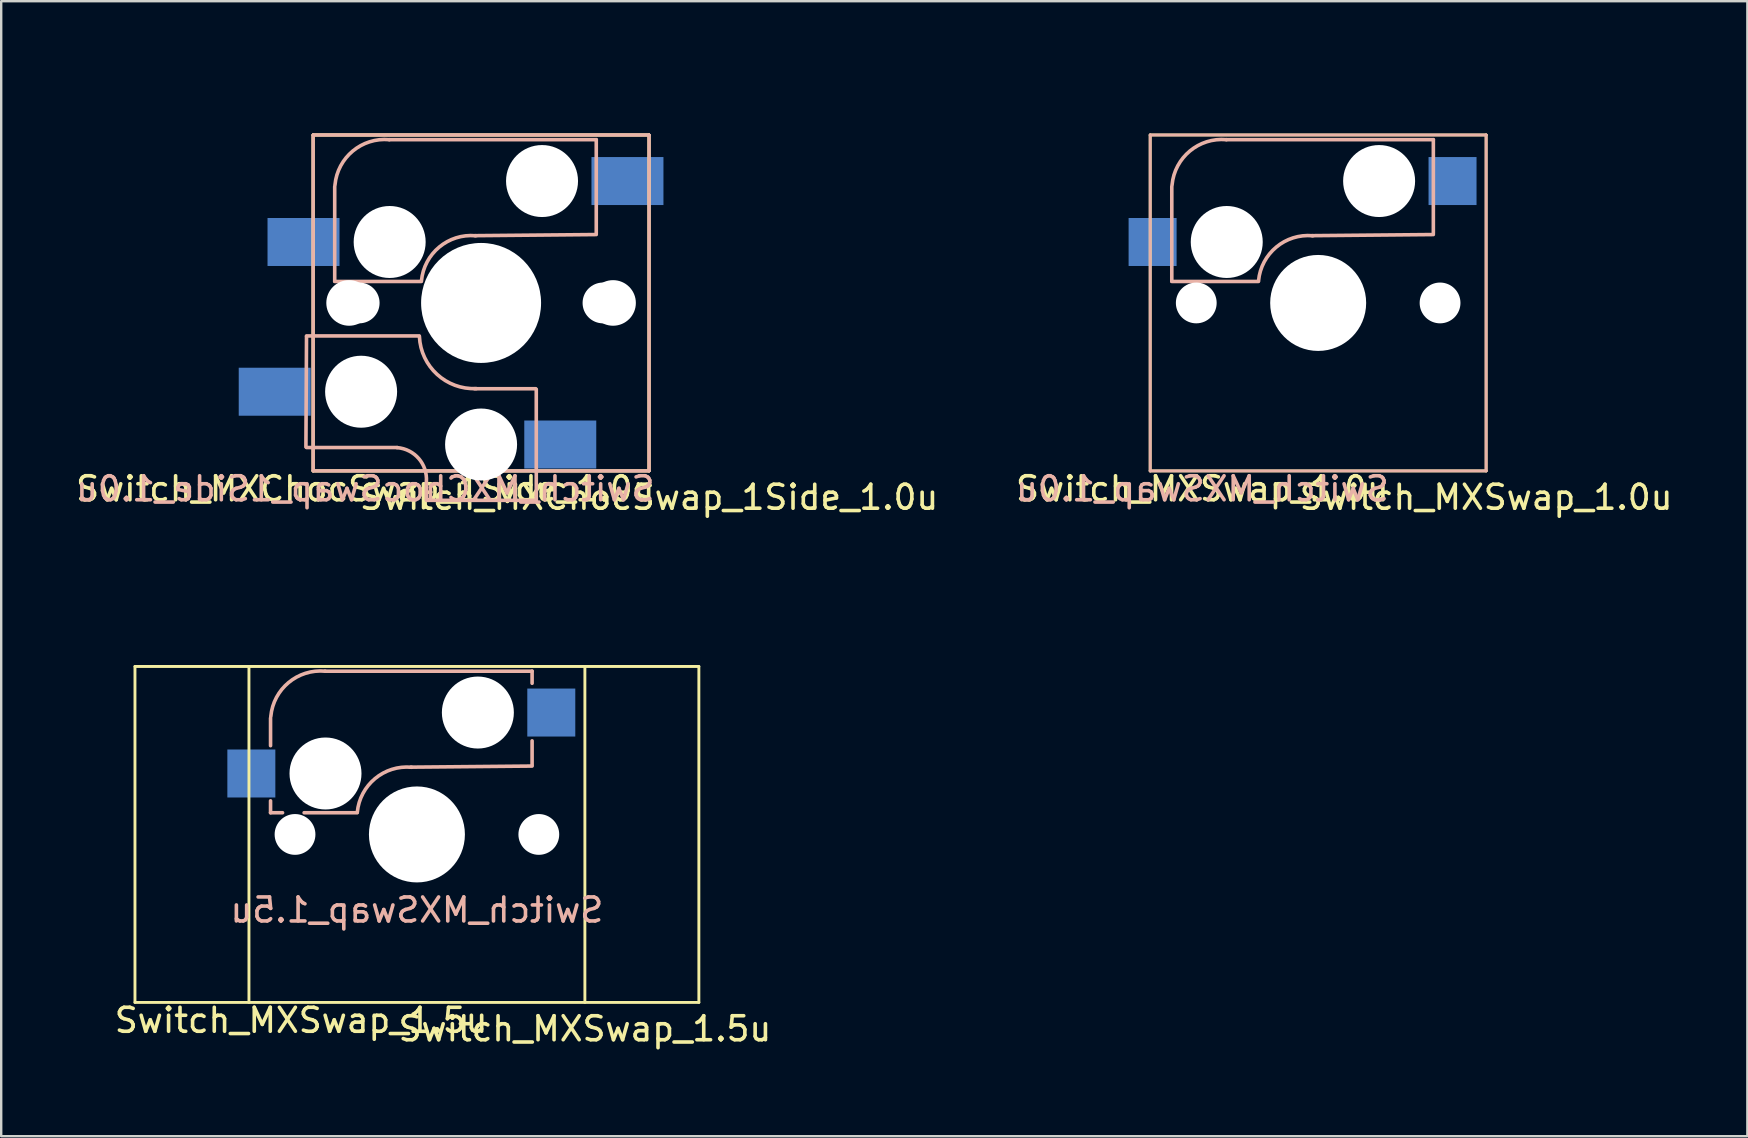
<source format=kicad_pcb>
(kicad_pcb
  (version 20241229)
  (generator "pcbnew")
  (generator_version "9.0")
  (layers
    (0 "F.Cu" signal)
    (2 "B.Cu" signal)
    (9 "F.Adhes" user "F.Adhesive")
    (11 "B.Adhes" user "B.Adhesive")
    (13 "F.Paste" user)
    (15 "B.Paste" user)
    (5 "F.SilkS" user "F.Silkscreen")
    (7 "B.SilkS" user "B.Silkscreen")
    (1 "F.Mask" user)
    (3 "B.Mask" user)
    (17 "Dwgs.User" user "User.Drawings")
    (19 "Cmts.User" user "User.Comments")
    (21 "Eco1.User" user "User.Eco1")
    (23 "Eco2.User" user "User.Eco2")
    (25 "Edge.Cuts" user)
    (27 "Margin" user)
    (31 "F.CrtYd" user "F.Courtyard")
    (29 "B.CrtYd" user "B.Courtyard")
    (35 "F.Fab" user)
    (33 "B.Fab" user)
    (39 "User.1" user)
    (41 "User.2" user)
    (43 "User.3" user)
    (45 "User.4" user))
  (footprint "Switch_MXChocSwap_1Side_1.0u"
    (layer "F.Cu")
    (at 16.999 9.575)
    (property "Reference" "Switch_MXChocSwap_1Side_1.0u" (at 7 8.1 0) (layer "F.SilkS") (effects (font (size 1 1) (thickness 0.15))))
    (attr through_hole)
    (fp_line (start -7 -7) (end 7 -7) (stroke (width 0.12) (type solid)) (layer "F.SilkS"))
    (fp_line (start -7 -7) (end 7 -7) (stroke (width 0.12) (type solid)) (layer "F.SilkS"))
    (fp_line (start -7 7) (end -7 -7) (stroke (width 0.12) (type solid)) (layer "F.SilkS"))
    (fp_line (start -7 7) (end -7 -7) (stroke (width 0.12) (type solid)) (layer "F.SilkS"))
    (fp_line (start 7 -7) (end 7 7) (stroke (width 0.12) (type solid)) (layer "F.SilkS"))
    (fp_line (start 7 -7) (end 7 7) (stroke (width 0.12) (type solid)) (layer "F.SilkS"))
    (fp_line (start 7 7) (end -7 7) (stroke (width 0.12) (type solid)) (layer "F.SilkS"))
    (fp_line (start 7 7) (end -7 7) (stroke (width 0.12) (type solid)) (layer "F.SilkS"))
    (fp_line (start -7.275 1.4) (end -7.3 6) (stroke (width 0.15) (type solid)) (layer "B.SilkS"))
    (fp_line (start -7 -7) (end 7 -7) (stroke (width 0.12) (type solid)) (layer "B.SilkS"))
    (fp_line (start -7 -7) (end 7 -7) (stroke (width 0.12) (type solid)) (layer "B.SilkS"))
    (fp_line (start -7 7) (end -7 -7) (stroke (width 0.12) (type solid)) (layer "B.SilkS"))
    (fp_line (start -7 7) (end -7 -7) (stroke (width 0.12) (type solid)) (layer "B.SilkS"))
    (fp_line (start -6.1 -4.85) (end -6.1 -0.905) (stroke (width 0.15) (type solid)) (layer "B.SilkS"))
    (fp_line (start -6.1 -0.896) (end -2.49 -0.896) (stroke (width 0.15) (type solid)) (layer "B.SilkS"))
    (fp_line (start -3.5 6.025) (end -7.275 6.025) (stroke (width 0.15) (type solid)) (layer "B.SilkS"))
    (fp_line (start -2.575 1.375) (end -7.275 1.375) (stroke (width 0.15) (type solid)) (layer "B.SilkS"))
    (fp_line (start -2.28 7.5) (end -2.28 8.2) (stroke (width 0.15) (type solid)) (layer "B.SilkS"))
    (fp_line (start 2.275 3.575) (end -0.275 3.575) (stroke (width 0.15) (type solid)) (layer "B.SilkS"))
    (fp_line (start 2.275 8.225) (end -2.275 8.225) (stroke (width 0.15) (type solid)) (layer "B.SilkS"))
    (fp_line (start 2.3 3.6) (end 2.3 8.2) (stroke (width 0.15) (type solid)) (layer "B.SilkS"))
    (fp_line (start 4.8 -6.804) (end -3.825 -6.804) (stroke (width 0.15) (type solid)) (layer "B.SilkS"))
    (fp_line (start 4.8 -2.896) (end 4.8 -6.804) (stroke (width 0.15) (type solid)) (layer "B.SilkS"))
    (fp_line (start 4.8 -2.85) (end -0.25 -2.804) (stroke (width 0.15) (type solid)) (layer "B.SilkS"))
    (fp_line (start 7 -7) (end 7 7) (stroke (width 0.12) (type solid)) (layer "B.SilkS"))
    (fp_line (start 7 -7) (end 7 7) (stroke (width 0.12) (type solid)) (layer "B.SilkS"))
    (fp_line (start 7 7) (end -7 7) (stroke (width 0.12) (type solid)) (layer "B.SilkS"))
    (fp_line (start 7 7) (end -7 7) (stroke (width 0.12) (type solid)) (layer "B.SilkS"))
    (fp_arc (start -6.089 -4.92) (mid -5.347189 -6.33089) (end -3.825 -6.804) (stroke (width 0.15) (type solid)) (layer "B.SilkS"))
    (fp_arc (start -3.5 6.03) (mid -2.595908 6.48733) (end -2.28 7.45) (stroke (width 0.15) (type solid)) (layer "B.SilkS"))
    (fp_arc (start -2.485 -0.92) (mid -1.744361 -2.328061) (end -0.225 -2.8) (stroke (width 0.15) (type solid)) (layer "B.SilkS"))
    (fp_arc (start -0.2 3.57) (mid -1.834422 2.975843) (end -2.57 1.4) (stroke (width 0.15) (type solid)) (layer "B.SilkS"))
    (fp_line (start -9.5 -9.5) (end 9.5 -9.5) (stroke (width 0.15) (type solid)) (layer "Eco2.User"))
    (fp_line (start -9.5 9.5) (end -9.5 -9.5) (stroke (width 0.15) (type solid)) (layer "Eco2.User"))
    (fp_line (start 9.5 -9.5) (end 9.5 9.5) (stroke (width 0.15) (type solid)) (layer "Eco2.User"))
    (fp_line (start 9.5 9.5) (end -9.5 9.5) (stroke (width 0.15) (type solid)) (layer "Eco2.User"))
    (fp_text user "${REFERENCE}" (at -4.826 7.747 0) (layer "F.SilkS") (effects (font (size 1 1) (thickness 0.15))))
    (fp_text user "${REFERENCE}" (at -4.826 7.747 0) (layer "B.SilkS") (effects (font (size 1 1) (thickness 0.15)) (justify mirror)))
    (pad "" np_thru_hole circle (at -5.5 0 90) (size 1.9 1.9) (drill 1.9) (layers "*.Cu" "*.Mask"))
    (pad "" np_thru_hole circle (at -5.08 0) (size 1.7 1.7) (drill 1.7) (layers "*.Cu" "*.Mask"))
    (pad "" np_thru_hole circle (at -5 3.7 90) (size 3 3) (drill 3) (layers "*.Cu" "*.Mask"))
    (pad "" np_thru_hole circle (at -3.81 -2.54 180) (size 3 3) (drill 3) (layers "*.Cu" "*.Mask"))
    (pad "" np_thru_hole circle (at 0 0 90) (size 5 5) (drill 5) (layers "*.Cu" "*.Mask"))
    (pad "" np_thru_hole circle (at 0 5.9 90) (size 3 3) (drill 3) (layers "*.Cu" "*.Mask"))
    (pad "" np_thru_hole circle (at 2.54 -5.08 180) (size 3 3) (drill 3) (layers "*.Cu" "*.Mask"))
    (pad "" np_thru_hole circle (at 5.08 0) (size 1.7 1.7) (drill 1.7) (layers "*.Cu" "*.Mask"))
    (pad "" np_thru_hole circle (at 5.5 0 90) (size 1.9 1.9) (drill 1.9) (layers "*.Cu" "*.Mask"))
    (pad "1" smd rect (at -8.6 3.7 180) (size 3 2) (layers "B.Cu" "B.Mask" "B.Paste"))
    (pad "1" smd rect (at -7.4 -2.54 180) (size 3 2) (layers "B.Cu" "B.Mask" "B.Paste"))
    (pad "2" smd rect (at 3.3 5.9 180) (size 3 2) (layers "B.Cu" "B.Mask" "B.Paste"))
    (pad "2" smd rect (at 6.1 -5.08 180) (size 3 2) (layers "B.Cu" "B.Mask" "B.Paste")))
  (footprint "Switch_MXSwap_1.5u"
    (layer "F.Cu")
    (at 14.325 31.725)
    (property "Reference" "Switch_MXSwap_1.5u" (at 7 8.1 0) (layer "F.SilkS") (effects (font (size 1 1) (thickness 0.15))))
    (attr through_hole)
    (fp_line (start -11.75 -7) (end -11.75 7) (stroke (width 0.12) (type solid)) (layer "F.SilkS"))
    (fp_line (start -11.75 -7) (end 11.75 -7) (stroke (width 0.12) (type solid)) (layer "F.SilkS"))
    (fp_line (start -7 7) (end -7 -7) (stroke (width 0.12) (type solid)) (layer "F.SilkS"))
    (fp_line (start 7 -7) (end 7 7) (stroke (width 0.12) (type solid)) (layer "F.SilkS"))
    (fp_line (start 11.75 -7) (end 11.75 7) (stroke (width 0.12) (type solid)) (layer "F.SilkS"))
    (fp_line (start 11.75 7) (end -11.75 7) (stroke (width 0.12) (type solid)) (layer "F.SilkS"))
    (fp_line (start -6.1 -4.85) (end -6.1 -3.7) (stroke (width 0.15) (type solid)) (layer "B.SilkS"))
    (fp_line (start -6.1 -1.4) (end -6.1 -0.905) (stroke (width 0.15) (type solid)) (layer "B.SilkS"))
    (fp_line (start -6.1 -0.905) (end -5.6 -0.905) (stroke (width 0.15) (type solid)) (layer "B.SilkS"))
    (fp_line (start -4.7 -0.905) (end -2.49 -0.905) (stroke (width 0.15) (type solid)) (layer "B.SilkS"))
    (fp_line (start 4.8 -6.804) (end -3.825 -6.804) (stroke (width 0.15) (type solid)) (layer "B.SilkS"))
    (fp_line (start 4.8 -6.3) (end 4.8 -6.804) (stroke (width 0.15) (type solid)) (layer "B.SilkS"))
    (fp_line (start 4.8 -2.896) (end 4.8 -3.9) (stroke (width 0.15) (type solid)) (layer "B.SilkS"))
    (fp_line (start 4.8 -2.85) (end -0.25 -2.804) (stroke (width 0.15) (type solid)) (layer "B.SilkS"))
    (fp_arc (start -6.089 -4.92) (mid -5.347189 -6.33089) (end -3.825 -6.804) (stroke (width 0.15) (type solid)) (layer "B.SilkS"))
    (fp_arc (start -2.485 -0.92) (mid -1.744361 -2.328061) (end -0.225 -2.8) (stroke (width 0.15) (type solid)) (layer "B.SilkS"))
    (fp_line (start -14.25 -9.5) (end 14.25 -9.5) (stroke (width 0.15) (type solid)) (layer "Eco2.User"))
    (fp_line (start -14.25 9.5) (end -14.25 -9.5) (stroke (width 0.15) (type solid)) (layer "Eco2.User"))
    (fp_line (start 14.25 -9.5) (end 14.25 9.5) (stroke (width 0.15) (type solid)) (layer "Eco2.User"))
    (fp_line (start 14.25 9.5) (end -14.25 9.5) (stroke (width 0.15) (type solid)) (layer "Eco2.User"))
    (fp_text user "${REFERENCE}" (at -4.826 7.747 0) (layer "F.SilkS") (effects (font (size 1 1) (thickness 0.15))))
    (fp_text user "${REFERENCE}" (at 0 3.15 0) (layer "B.SilkS") (effects (font (size 1 1) (thickness 0.15)) (justify mirror)))
    (pad "" np_thru_hole circle (at -5.08 0) (size 1.7 1.7) (drill 1.7) (layers "*.Cu" "*.Mask"))
    (pad "" np_thru_hole circle (at -3.81 -2.54 180) (size 3 3) (drill 3) (layers "*.Cu" "*.Mask"))
    (pad "" np_thru_hole circle (at 0 0 90) (size 4 4) (drill 4) (layers "*.Cu" "*.Mask"))
    (pad "" np_thru_hole circle (at 2.54 -5.08 180) (size 3 3) (drill 3) (layers "*.Cu" "*.Mask"))
    (pad "" np_thru_hole circle (at 5.08 0) (size 1.7 1.7) (drill 1.7) (layers "*.Cu" "*.Mask"))
    (pad "1" smd rect (at -6.9 -2.54 180) (size 2 2) (layers "B.Cu" "B.Mask" "B.Paste"))
    (pad "2" smd rect (at 5.6 -5.08 180) (size 2 2) (layers "B.Cu" "B.Mask" "B.Paste")))
  (footprint "Switch_MXSwap_1.0u"
    (layer "F.Cu")
    (at 51.884 9.575)
    (property "Reference" "Switch_MXSwap_1.0u" (at 7 8.1 0) (layer "F.SilkS") (effects (font (size 1 1) (thickness 0.15))))
    (attr through_hole)
    (fp_line (start -7 -7) (end 7 -7) (stroke (width 0.12) (type solid)) (layer "F.SilkS"))
    (fp_line (start -7 7) (end -7 -7) (stroke (width 0.12) (type solid)) (layer "F.SilkS"))
    (fp_line (start 7 -7) (end 7 7) (stroke (width 0.12) (type solid)) (layer "F.SilkS"))
    (fp_line (start 7 7) (end -7 7) (stroke (width 0.12) (type solid)) (layer "F.SilkS"))
    (fp_line (start -7 -7) (end 7 -7) (stroke (width 0.12) (type solid)) (layer "B.SilkS"))
    (fp_line (start -7 7) (end -7 -7) (stroke (width 0.12) (type solid)) (layer "B.SilkS"))
    (fp_line (start -6.1 -4.85) (end -6.1 -0.905) (stroke (width 0.15) (type solid)) (layer "B.SilkS"))
    (fp_line (start -6.1 -0.896) (end -2.49 -0.896) (stroke (width 0.15) (type solid)) (layer "B.SilkS"))
    (fp_line (start 4.8 -6.804) (end -3.825 -6.804) (stroke (width 0.15) (type solid)) (layer "B.SilkS"))
    (fp_line (start 4.8 -2.896) (end 4.8 -6.804) (stroke (width 0.15) (type solid)) (layer "B.SilkS"))
    (fp_line (start 4.8 -2.85) (end -0.25 -2.804) (stroke (width 0.15) (type solid)) (layer "B.SilkS"))
    (fp_line (start 7 -7) (end 7 7) (stroke (width 0.12) (type solid)) (layer "B.SilkS"))
    (fp_line (start 7 7) (end -7 7) (stroke (width 0.12) (type solid)) (layer "B.SilkS"))
    (fp_arc (start -6.089 -4.92) (mid -5.347189 -6.33089) (end -3.825 -6.804) (stroke (width 0.15) (type solid)) (layer "B.SilkS"))
    (fp_arc (start -2.485 -0.92) (mid -1.744361 -2.328061) (end -0.225 -2.8) (stroke (width 0.15) (type solid)) (layer "B.SilkS"))
    (fp_line (start -9.5 -9.5) (end 9.5 -9.5) (stroke (width 0.15) (type solid)) (layer "Eco2.User"))
    (fp_line (start -9.5 9.5) (end -9.5 -9.5) (stroke (width 0.15) (type solid)) (layer "Eco2.User"))
    (fp_line (start 9.5 -9.5) (end 9.5 9.5) (stroke (width 0.15) (type solid)) (layer "Eco2.User"))
    (fp_line (start 9.5 9.5) (end -9.5 9.5) (stroke (width 0.15) (type solid)) (layer "Eco2.User"))
    (fp_text user "${REFERENCE}" (at -4.826 7.747 0) (layer "F.SilkS") (effects (font (size 1 1) (thickness 0.15))))
    (fp_text user "${REFERENCE}" (at -4.826 7.747 0) (layer "B.SilkS") (effects (font (size 1 1) (thickness 0.15)) (justify mirror)))
    (pad "" np_thru_hole circle (at -5.08 0) (size 1.7 1.7) (drill 1.7) (layers "*.Cu" "*.Mask"))
    (pad "" np_thru_hole circle (at -3.81 -2.54 180) (size 3 3) (drill 3) (layers "*.Cu" "*.Mask"))
    (pad "" np_thru_hole circle (at 0 0 90) (size 4 4) (drill 4) (layers "*.Cu" "*.Mask"))
    (pad "" np_thru_hole circle (at 2.54 -5.08 180) (size 3 3) (drill 3) (layers "*.Cu" "*.Mask"))
    (pad "" np_thru_hole circle (at 5.08 0) (size 1.7 1.7) (drill 1.7) (layers "*.Cu" "*.Mask"))
    (pad "1" smd rect (at -6.9 -2.54 180) (size 2 2) (layers "B.Cu" "B.Mask" "B.Paste"))
    (pad "2" smd rect (at 5.6 -5.08 180) (size 2 2) (layers "B.Cu" "B.Mask" "B.Paste")))
  (gr_rect
    (start -3 -3)
    (end 69.771 44.3)
    (stroke (width 0.1) (type default))
    (fill no)
    (layer "Edge.Cuts")))
</source>
